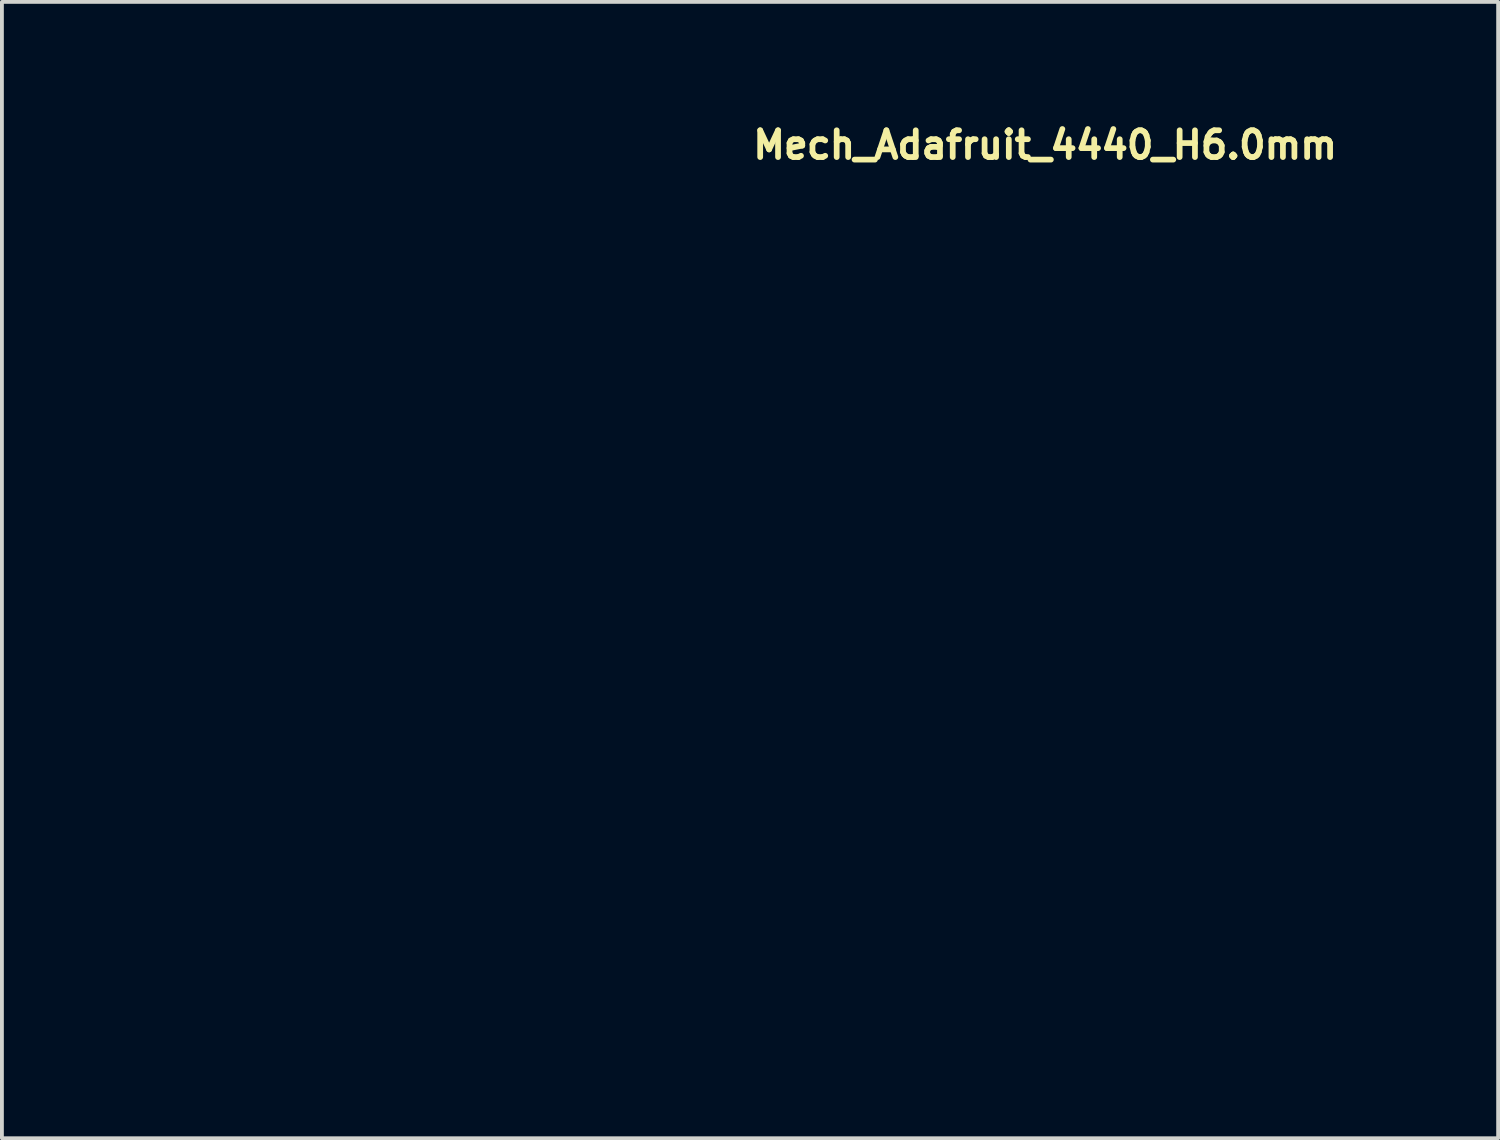
<source format=kicad_pcb>
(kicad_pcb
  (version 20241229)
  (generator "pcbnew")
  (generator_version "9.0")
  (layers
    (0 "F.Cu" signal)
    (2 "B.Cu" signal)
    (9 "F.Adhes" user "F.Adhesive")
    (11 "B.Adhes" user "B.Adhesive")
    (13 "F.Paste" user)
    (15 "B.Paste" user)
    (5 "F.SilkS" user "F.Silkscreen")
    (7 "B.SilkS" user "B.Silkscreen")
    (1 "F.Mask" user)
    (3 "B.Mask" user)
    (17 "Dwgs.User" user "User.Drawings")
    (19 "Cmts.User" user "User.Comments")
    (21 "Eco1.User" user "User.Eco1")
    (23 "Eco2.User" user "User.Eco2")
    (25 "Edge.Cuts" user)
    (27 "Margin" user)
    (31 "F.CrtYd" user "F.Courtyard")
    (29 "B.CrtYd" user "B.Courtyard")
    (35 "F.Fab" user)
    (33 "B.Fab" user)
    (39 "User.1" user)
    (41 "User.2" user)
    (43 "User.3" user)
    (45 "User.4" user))
  (footprint "Mech_Adafruit_4440_H6.0mm"
    (layer "F.Cu")
    (at 16.56 1.65)
    (property "Reference" "Mech_Adafruit_4440_H6.0mm" (at 0 -0.5 0) (unlocked yes) (layer "F.SilkS") (effects (font (size 0.7 0.7) (thickness 0.15)) (justify left bottom)))
    (attr through_hole)
    (fp_rect (start -16.5 0) (end 16.499 21.999) (stroke (width 0.12) (type solid)) (fill no) (layer "Eco1.User"))
    (fp_rect (start -14 2.749) (end 13.999 19.249) (stroke (width 0.12) (type solid)) (fill no) (layer "Eco1.User"))
    (fp_rect (start -14 7.999) (end -12 13.999) (stroke (width 0.12) (type solid)) (fill no) (layer "Eco1.User"))
    (fp_circle (center -14 2.749) (end -12.7 2.793) (stroke (width 0.12) (type solid)) (fill no) (layer "Eco1.User"))
    (fp_circle (center -14 19.249) (end -12.7 19.294) (stroke (width 0.12) (type solid)) (fill no) (layer "Eco1.User"))
    (fp_circle (center 13.999 2.749) (end 15.3 2.793) (stroke (width 0.12) (type solid)) (fill no) (layer "Eco1.User"))
    (fp_circle (center 13.999 19.249) (end 15.3 19.294) (stroke (width 0.12) (type solid)) (fill no) (layer "Eco1.User")))
  (gr_rect
    (start -3 -3)
    (end 36.119 26.709)
    (stroke (width 0.1) (type default))
    (fill no)
    (layer "Edge.Cuts")))
</source>
